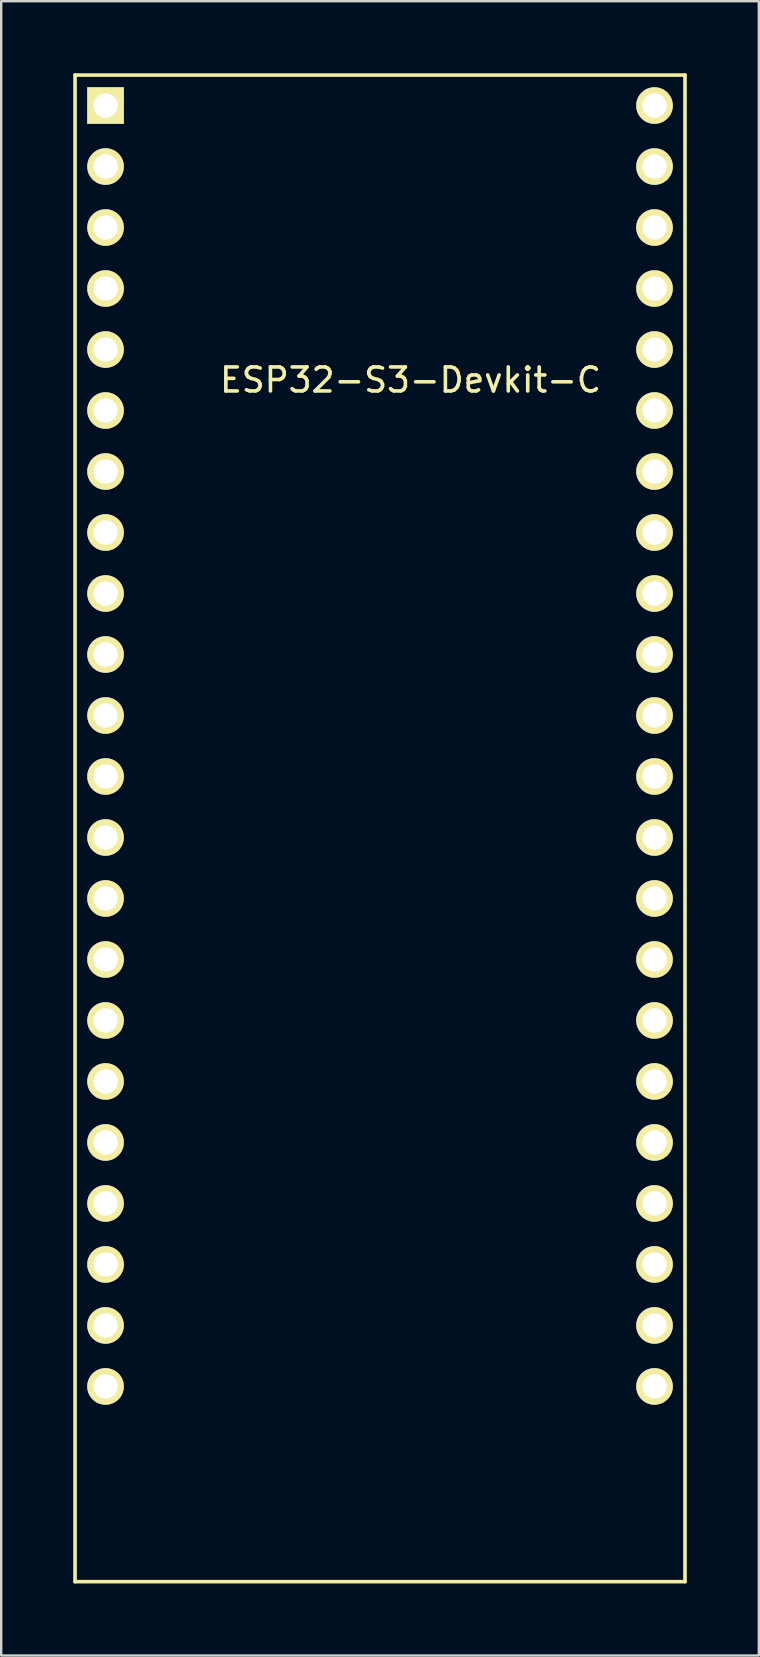
<source format=kicad_pcb>
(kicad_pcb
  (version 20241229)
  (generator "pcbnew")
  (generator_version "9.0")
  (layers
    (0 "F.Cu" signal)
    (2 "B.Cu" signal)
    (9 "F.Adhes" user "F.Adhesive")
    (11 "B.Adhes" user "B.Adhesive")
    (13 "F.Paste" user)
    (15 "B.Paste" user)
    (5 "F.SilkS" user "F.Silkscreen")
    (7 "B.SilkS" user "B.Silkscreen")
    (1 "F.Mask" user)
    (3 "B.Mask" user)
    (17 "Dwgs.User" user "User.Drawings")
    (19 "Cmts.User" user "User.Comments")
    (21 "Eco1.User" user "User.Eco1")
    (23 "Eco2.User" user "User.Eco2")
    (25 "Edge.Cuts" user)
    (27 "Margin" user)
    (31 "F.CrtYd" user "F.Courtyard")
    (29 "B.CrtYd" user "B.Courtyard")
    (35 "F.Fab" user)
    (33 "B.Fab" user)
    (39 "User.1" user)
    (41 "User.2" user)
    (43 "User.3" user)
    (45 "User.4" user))
  (footprint "ESP32-S3-Devkit-C"
    (layer "F.Cu")
    (at 14.045 24.205)
    (property "Reference" "ESP32-S3-Devkit-C" (at 0 -11.43 0) (layer "F.SilkS") (effects (font (size 1 1) (thickness 0.15))))
    (attr through_hole)
    (fp_line (start -13.97 -24.13) (end 11.43 -24.13) (stroke (width 0.15) (type solid)) (layer "F.SilkS"))
    (fp_line (start -13.97 38.61) (end -13.97 -24.13) (stroke (width 0.15) (type solid)) (layer "F.SilkS"))
    (fp_line (start 11.43 -24.13) (end 11.43 38.61) (stroke (width 0.15) (type solid)) (layer "F.SilkS"))
    (fp_line (start 11.43 38.61) (end -13.97 38.61) (stroke (width 0.15) (type solid)) (layer "F.SilkS"))
    (pad "1" thru_hole rect (at -12.7 -22.86) (size 1.524 1.524) (drill 1.016) (layers "*.Cu" "*.Mask" "F.SilkS"))
    (pad "2" thru_hole circle (at -12.7 -20.32) (size 1.524 1.524) (drill 1.016) (layers "*.Cu" "*.Mask" "F.SilkS"))
    (pad "3" thru_hole circle (at -12.7 -17.78) (size 1.524 1.524) (drill 1.016) (layers "*.Cu" "*.Mask" "F.SilkS"))
    (pad "4" thru_hole circle (at -12.7 -15.24) (size 1.524 1.524) (drill 1.016) (layers "*.Cu" "*.Mask" "F.SilkS"))
    (pad "5" thru_hole circle (at -12.7 -12.7) (size 1.524 1.524) (drill 1.016) (layers "*.Cu" "*.Mask" "F.SilkS"))
    (pad "6" thru_hole circle (at -12.7 -10.16) (size 1.524 1.524) (drill 1.016) (layers "*.Cu" "*.Mask" "F.SilkS"))
    (pad "7" thru_hole circle (at -12.7 -7.62) (size 1.524 1.524) (drill 1.016) (layers "*.Cu" "*.Mask" "F.SilkS"))
    (pad "8" thru_hole circle (at -12.7 -5.08) (size 1.524 1.524) (drill 1.016) (layers "*.Cu" "*.Mask" "F.SilkS"))
    (pad "9" thru_hole circle (at -12.7 -2.54) (size 1.524 1.524) (drill 1.016) (layers "*.Cu" "*.Mask" "F.SilkS"))
    (pad "10" thru_hole circle (at -12.7 0) (size 1.524 1.524) (drill 1.016) (layers "*.Cu" "*.Mask" "F.SilkS"))
    (pad "11" thru_hole circle (at -12.7 2.54) (size 1.524 1.524) (drill 1.016) (layers "*.Cu" "*.Mask" "F.SilkS"))
    (pad "12" thru_hole circle (at -12.7 5.08) (size 1.524 1.524) (drill 1.016) (layers "*.Cu" "*.Mask" "F.SilkS"))
    (pad "13" thru_hole circle (at -12.7 7.62) (size 1.524 1.524) (drill 1.016) (layers "*.Cu" "*.Mask" "F.SilkS"))
    (pad "14" thru_hole circle (at -12.7 10.16) (size 1.524 1.524) (drill 1.016) (layers "*.Cu" "*.Mask" "F.SilkS"))
    (pad "15" thru_hole circle (at -12.7 12.7) (size 1.524 1.524) (drill 1.016) (layers "*.Cu" "*.Mask" "F.SilkS"))
    (pad "16" thru_hole circle (at -12.7 15.24) (size 1.524 1.524) (drill 1.016) (layers "*.Cu" "*.Mask" "F.SilkS"))
    (pad "17" thru_hole circle (at -12.7 17.78) (size 1.524 1.524) (drill 1.016) (layers "*.Cu" "*.Mask" "F.SilkS"))
    (pad "18" thru_hole circle (at -12.7 20.32) (size 1.524 1.524) (drill 1.016) (layers "*.Cu" "*.Mask" "F.SilkS"))
    (pad "19" thru_hole circle (at -12.7 22.86) (size 1.524 1.524) (drill 1.016) (layers "*.Cu" "*.Mask" "F.SilkS"))
    (pad "20" thru_hole circle (at -12.7 25.4) (size 1.524 1.524) (drill 1.016) (layers "*.Cu" "*.Mask" "F.SilkS"))
    (pad "21" thru_hole circle (at -12.7 27.94) (size 1.524 1.524) (drill 1.016) (layers "*.Cu" "*.Mask" "F.SilkS"))
    (pad "22" thru_hole circle (at -12.7 30.48) (size 1.524 1.524) (drill 1.016) (layers "*.Cu" "*.Mask" "F.SilkS"))
    (pad "23" thru_hole circle (at 10.16 30.48) (size 1.524 1.524) (drill 1.016) (layers "*.Cu" "*.Mask" "F.SilkS"))
    (pad "24" thru_hole circle (at 10.16 27.94) (size 1.524 1.524) (drill 1.016) (layers "*.Cu" "*.Mask" "F.SilkS"))
    (pad "25" thru_hole circle (at 10.16 25.4) (size 1.524 1.524) (drill 1.016) (layers "*.Cu" "*.Mask" "F.SilkS"))
    (pad "26" thru_hole circle (at 10.16 22.86) (size 1.524 1.524) (drill 1.016) (layers "*.Cu" "*.Mask" "F.SilkS"))
    (pad "27" thru_hole circle (at 10.16 20.32) (size 1.524 1.524) (drill 1.016) (layers "*.Cu" "*.Mask" "F.SilkS"))
    (pad "28" thru_hole circle (at 10.16 17.78) (size 1.524 1.524) (drill 1.016) (layers "*.Cu" "*.Mask" "F.SilkS"))
    (pad "29" thru_hole circle (at 10.16 15.24) (size 1.524 1.524) (drill 1.016) (layers "*.Cu" "*.Mask" "F.SilkS"))
    (pad "30" thru_hole circle (at 10.16 12.7) (size 1.524 1.524) (drill 1.016) (layers "*.Cu" "*.Mask" "F.SilkS"))
    (pad "31" thru_hole circle (at 10.16 10.16) (size 1.524 1.524) (drill 1.016) (layers "*.Cu" "*.Mask" "F.SilkS"))
    (pad "32" thru_hole circle (at 10.16 7.62) (size 1.524 1.524) (drill 1.016) (layers "*.Cu" "*.Mask" "F.SilkS"))
    (pad "33" thru_hole circle (at 10.16 5.08) (size 1.524 1.524) (drill 1.016) (layers "*.Cu" "*.Mask" "F.SilkS"))
    (pad "34" thru_hole circle (at 10.16 2.54) (size 1.524 1.524) (drill 1.016) (layers "*.Cu" "*.Mask" "F.SilkS"))
    (pad "35" thru_hole circle (at 10.16 0) (size 1.524 1.524) (drill 1.016) (layers "*.Cu" "*.Mask" "F.SilkS"))
    (pad "36" thru_hole circle (at 10.16 -2.54) (size 1.524 1.524) (drill 1.016) (layers "*.Cu" "*.Mask" "F.SilkS"))
    (pad "37" thru_hole circle (at 10.16 -5.08) (size 1.524 1.524) (drill 1.016) (layers "*.Cu" "*.Mask" "F.SilkS"))
    (pad "38" thru_hole circle (at 10.16 -7.62) (size 1.524 1.524) (drill 1.016) (layers "*.Cu" "*.Mask" "F.SilkS"))
    (pad "39" thru_hole circle (at 10.16 -10.16) (size 1.524 1.524) (drill 1.016) (layers "*.Cu" "*.Mask" "F.SilkS"))
    (pad "40" thru_hole circle (at 10.16 -12.7) (size 1.524 1.524) (drill 1.016) (layers "*.Cu" "*.Mask" "F.SilkS"))
    (pad "41" thru_hole circle (at 10.16 -15.24) (size 1.524 1.524) (drill 1.016) (layers "*.Cu" "*.Mask" "F.SilkS"))
    (pad "42" thru_hole circle (at 10.16 -17.78) (size 1.524 1.524) (drill 1.016) (layers "*.Cu" "*.Mask" "F.SilkS"))
    (pad "43" thru_hole circle (at 10.16 -20.32) (size 1.524 1.524) (drill 1.016) (layers "*.Cu" "*.Mask" "F.SilkS"))
    (pad "44" thru_hole circle (at 10.16 -22.86) (size 1.524 1.524) (drill 1.016) (layers "*.Cu" "*.Mask" "F.SilkS")))
  (gr_rect
    (start -3 -3)
    (end 28.55 65.89)
    (stroke (width 0.1) (type default))
    (fill no)
    (layer "Edge.Cuts")))
</source>
